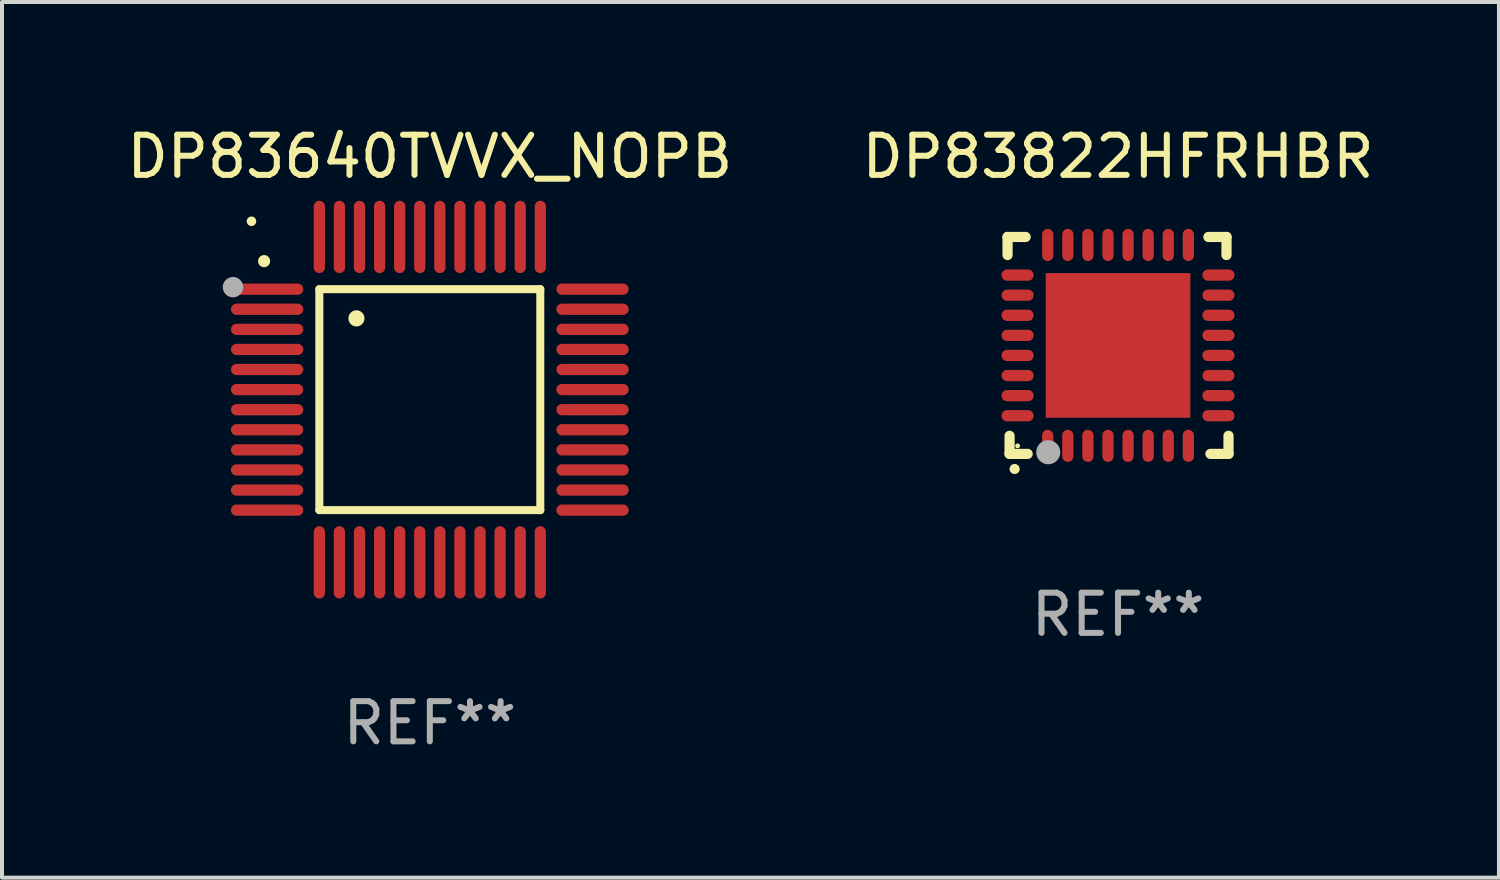
<source format=kicad_pcb>
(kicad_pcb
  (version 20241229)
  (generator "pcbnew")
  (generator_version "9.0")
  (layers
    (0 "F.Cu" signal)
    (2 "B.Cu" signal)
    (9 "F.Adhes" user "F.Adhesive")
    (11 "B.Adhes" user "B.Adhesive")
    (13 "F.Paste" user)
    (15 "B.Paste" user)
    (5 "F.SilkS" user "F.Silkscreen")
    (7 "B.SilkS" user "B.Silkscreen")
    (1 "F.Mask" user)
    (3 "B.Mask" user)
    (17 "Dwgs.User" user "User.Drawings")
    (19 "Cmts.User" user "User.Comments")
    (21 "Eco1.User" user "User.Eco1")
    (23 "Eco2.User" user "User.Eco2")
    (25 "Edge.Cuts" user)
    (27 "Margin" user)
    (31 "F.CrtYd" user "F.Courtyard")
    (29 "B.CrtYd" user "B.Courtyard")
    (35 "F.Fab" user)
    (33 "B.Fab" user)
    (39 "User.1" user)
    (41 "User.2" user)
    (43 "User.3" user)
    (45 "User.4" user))
  (footprint "DP83822HFRHBR"
    (layer "F.Cu")
    (at 24.78 5.548)
    (property "Reference" "DP83822HFRHBR" (at 0 -4.7 0) (layer "F.SilkS") (effects (font (size 1 1) (thickness 0.15))))
    (attr through_hole)
    (fp_line (start -2.75 -2.7) (end -2.75 -2.25) (stroke (width 0.254) (type solid)) (layer "F.SilkS"))
    (fp_line (start -2.7 2.7) (end -2.7 2.25) (stroke (width 0.254) (type solid)) (layer "F.SilkS"))
    (fp_line (start -2.3 -2.7) (end -2.75 -2.7) (stroke (width 0.254) (type solid)) (layer "F.SilkS"))
    (fp_line (start -2.25 2.7) (end -2.7 2.7) (stroke (width 0.254) (type solid)) (layer "F.SilkS"))
    (fp_line (start 2.3 2.7) (end 2.75 2.7) (stroke (width 0.254) (type solid)) (layer "F.SilkS"))
    (fp_line (start 2.7 -2.7) (end 2.25 -2.7) (stroke (width 0.254) (type solid)) (layer "F.SilkS"))
    (fp_line (start 2.7 -2.25) (end 2.7 -2.7) (stroke (width 0.254) (type solid)) (layer "F.SilkS"))
    (fp_line (start 2.75 2.7) (end 2.75 2.25) (stroke (width 0.254) (type solid)) (layer "F.SilkS"))
    (fp_arc (start -2.575565 3.075946) (mid -2.574295 3.07594) (end -2.573025 3.075946) (stroke (width 0.25) (type solid)) (layer "F.SilkS"))
    (fp_circle (center -2.5 2.5) (end -2.47 2.5) (stroke (width 0.06) (type solid)) (fill no) (layer "F.SilkS"))
    (fp_circle (center -1.737 2.659) (end -1.587 2.659) (stroke (width 0.3) (type solid)) (fill no) (layer "F.Fab"))
    (fp_text user "REF**" (at 0 6.7 0) (layer "F.Fab") (effects (font (size 1 1) (thickness 0.15))))
    (pad "1" smd oval (at -1.75 2.5) (size 0.28 0.8) (layers "F.Cu" "F.Mask" "F.Paste"))
    (pad "2" smd oval (at -1.25 2.5) (size 0.28 0.8) (layers "F.Cu" "F.Mask" "F.Paste"))
    (pad "3" smd oval (at -0.75 2.5) (size 0.28 0.8) (layers "F.Cu" "F.Mask" "F.Paste"))
    (pad "4" smd oval (at -0.25 2.5) (size 0.28 0.8) (layers "F.Cu" "F.Mask" "F.Paste"))
    (pad "5" smd oval (at 0.25 2.5) (size 0.28 0.8) (layers "F.Cu" "F.Mask" "F.Paste"))
    (pad "6" smd oval (at 0.75 2.5) (size 0.28 0.8) (layers "F.Cu" "F.Mask" "F.Paste"))
    (pad "7" smd oval (at 1.25 2.5) (size 0.28 0.8) (layers "F.Cu" "F.Mask" "F.Paste"))
    (pad "8" smd oval (at 1.75 2.5) (size 0.28 0.8) (layers "F.Cu" "F.Mask" "F.Paste"))
    (pad "9" smd oval (at 2.5 1.75) (size 0.8 0.28) (layers "F.Cu" "F.Mask" "F.Paste"))
    (pad "10" smd oval (at 2.5 1.25) (size 0.8 0.28) (layers "F.Cu" "F.Mask" "F.Paste"))
    (pad "11" smd oval (at 2.5 0.75) (size 0.8 0.28) (layers "F.Cu" "F.Mask" "F.Paste"))
    (pad "12" smd oval (at 2.5 0.25) (size 0.8 0.28) (layers "F.Cu" "F.Mask" "F.Paste"))
    (pad "13" smd oval (at 2.5 -0.25) (size 0.8 0.28) (layers "F.Cu" "F.Mask" "F.Paste"))
    (pad "14" smd oval (at 2.5 -0.75) (size 0.8 0.28) (layers "F.Cu" "F.Mask" "F.Paste"))
    (pad "15" smd oval (at 2.5 -1.25) (size 0.8 0.28) (layers "F.Cu" "F.Mask" "F.Paste"))
    (pad "16" smd oval (at 2.5 -1.75) (size 0.8 0.28) (layers "F.Cu" "F.Mask" "F.Paste"))
    (pad "17" smd oval (at 1.75 -2.5) (size 0.28 0.8) (layers "F.Cu" "F.Mask" "F.Paste"))
    (pad "18" smd oval (at 1.25 -2.5) (size 0.28 0.8) (layers "F.Cu" "F.Mask" "F.Paste"))
    (pad "19" smd oval (at 0.75 -2.5) (size 0.28 0.8) (layers "F.Cu" "F.Mask" "F.Paste"))
    (pad "20" smd oval (at 0.25 -2.5) (size 0.28 0.8) (layers "F.Cu" "F.Mask" "F.Paste"))
    (pad "21" smd oval (at -0.25 -2.5) (size 0.28 0.8) (layers "F.Cu" "F.Mask" "F.Paste"))
    (pad "22" smd oval (at -0.75 -2.5) (size 0.28 0.8) (layers "F.Cu" "F.Mask" "F.Paste"))
    (pad "23" smd oval (at -1.25 -2.5) (size 0.28 0.8) (layers "F.Cu" "F.Mask" "F.Paste"))
    (pad "24" smd oval (at -1.75 -2.5) (size 0.28 0.8) (layers "F.Cu" "F.Mask" "F.Paste"))
    (pad "25" smd oval (at -2.5 -1.75) (size 0.8 0.28) (layers "F.Cu" "F.Mask" "F.Paste"))
    (pad "26" smd oval (at -2.5 -1.25) (size 0.8 0.28) (layers "F.Cu" "F.Mask" "F.Paste"))
    (pad "27" smd oval (at -2.5 -0.75) (size 0.8 0.28) (layers "F.Cu" "F.Mask" "F.Paste"))
    (pad "28" smd oval (at -2.5 -0.25) (size 0.8 0.28) (layers "F.Cu" "F.Mask" "F.Paste"))
    (pad "29" smd oval (at -2.5 0.25) (size 0.8 0.28) (layers "F.Cu" "F.Mask" "F.Paste"))
    (pad "30" smd oval (at -2.5 0.75) (size 0.8 0.28) (layers "F.Cu" "F.Mask" "F.Paste"))
    (pad "31" smd oval (at -2.5 1.25) (size 0.8 0.28) (layers "F.Cu" "F.Mask" "F.Paste"))
    (pad "32" smd oval (at -2.5 1.75) (size 0.8 0.28) (layers "F.Cu" "F.Mask" "F.Paste"))
    (pad "33" smd rect (at 0.000076 0.000076) (size 3.6 3.6) (layers "F.Cu" "F.Mask" "F.Paste")))
  (footprint "DP83640TVVX_NOPB"
    (layer "F.Cu")
    (at 7.649 6.898)
    (property "Reference" "DP83640TVVX_NOPB" (at 0 -6.05 0) (layer "F.SilkS") (effects (font (size 1 1) (thickness 0.15))))
    (attr through_hole)
    (fp_line (start -2.75 -2.75) (end 2.75 -2.75) (stroke (width 0.2) (type solid)) (layer "F.SilkS"))
    (fp_line (start -2.75 2.75) (end -2.75 -2.75) (stroke (width 0.2) (type solid)) (layer "F.SilkS"))
    (fp_line (start 2.75 -2.75) (end 2.75 2.75) (stroke (width 0.2) (type solid)) (layer "F.SilkS"))
    (fp_line (start 2.75 2.75) (end -2.75 2.75) (stroke (width 0.2) (type solid)) (layer "F.SilkS"))
    (fp_arc (start -4.124968 -3.446787) (mid -4.124973 -3.448057) (end -4.124968 -3.449327) (stroke (width 0.3) (type solid)) (layer "F.SilkS"))
    (fp_arc (start -1.826264 -2.021844) (mid -1.826268 -2.023114) (end -1.826264 -2.024384) (stroke (width 0.4) (type solid)) (layer "F.SilkS"))
    (fp_circle (center -4.44 -4.44) (end -4.38 -4.44) (stroke (width 0.12) (type solid)) (fill no) (layer "F.SilkS"))
    (fp_circle (center -4.9 -2.8) (end -4.773 -2.8) (stroke (width 0.254) (type solid)) (fill no) (layer "F.Fab"))
    (fp_text user "REF**" (at 0 8.05 0) (layer "F.Fab") (effects (font (size 1 1) (thickness 0.15))))
    (pad "1" smd oval (at -4.05 -2.75 90) (size 0.28 1.8) (layers "F.Cu" "F.Mask" "F.Paste"))
    (pad "2" smd oval (at -4.05 -2.25 90) (size 0.28 1.8) (layers "F.Cu" "F.Mask" "F.Paste"))
    (pad "3" smd oval (at -4.05 -1.75 90) (size 0.28 1.8) (layers "F.Cu" "F.Mask" "F.Paste"))
    (pad "4" smd oval (at -4.05 -1.25 90) (size 0.28 1.8) (layers "F.Cu" "F.Mask" "F.Paste"))
    (pad "5" smd oval (at -4.05 -0.75 90) (size 0.28 1.8) (layers "F.Cu" "F.Mask" "F.Paste"))
    (pad "6" smd oval (at -4.05 -0.25 90) (size 0.28 1.8) (layers "F.Cu" "F.Mask" "F.Paste"))
    (pad "7" smd oval (at -4.05 0.25 90) (size 0.28 1.8) (layers "F.Cu" "F.Mask" "F.Paste"))
    (pad "8" smd oval (at -4.05 0.75 90) (size 0.28 1.8) (layers "F.Cu" "F.Mask" "F.Paste"))
    (pad "9" smd oval (at -4.05 1.25 90) (size 0.28 1.8) (layers "F.Cu" "F.Mask" "F.Paste"))
    (pad "10" smd oval (at -4.05 1.75 90) (size 0.28 1.8) (layers "F.Cu" "F.Mask" "F.Paste"))
    (pad "11" smd oval (at -4.05 2.25 90) (size 0.28 1.8) (layers "F.Cu" "F.Mask" "F.Paste"))
    (pad "12" smd oval (at -4.05 2.75 90) (size 0.28 1.8) (layers "F.Cu" "F.Mask" "F.Paste"))
    (pad "13" smd oval (at -2.75 4.05) (size 0.28 1.8) (layers "F.Cu" "F.Mask" "F.Paste"))
    (pad "14" smd oval (at -2.25 4.05) (size 0.28 1.8) (layers "F.Cu" "F.Mask" "F.Paste"))
    (pad "15" smd oval (at -1.75 4.05) (size 0.28 1.8) (layers "F.Cu" "F.Mask" "F.Paste"))
    (pad "16" smd oval (at -1.25 4.05) (size 0.28 1.8) (layers "F.Cu" "F.Mask" "F.Paste"))
    (pad "17" smd oval (at -0.75 4.05) (size 0.28 1.8) (layers "F.Cu" "F.Mask" "F.Paste"))
    (pad "18" smd oval (at -0.25 4.05) (size 0.28 1.8) (layers "F.Cu" "F.Mask" "F.Paste"))
    (pad "19" smd oval (at 0.25 4.05) (size 0.28 1.8) (layers "F.Cu" "F.Mask" "F.Paste"))
    (pad "20" smd oval (at 0.75 4.05) (size 0.28 1.8) (layers "F.Cu" "F.Mask" "F.Paste"))
    (pad "21" smd oval (at 1.25 4.05) (size 0.28 1.8) (layers "F.Cu" "F.Mask" "F.Paste"))
    (pad "22" smd oval (at 1.75 4.05) (size 0.28 1.8) (layers "F.Cu" "F.Mask" "F.Paste"))
    (pad "23" smd oval (at 2.25 4.05) (size 0.28 1.8) (layers "F.Cu" "F.Mask" "F.Paste"))
    (pad "24" smd oval (at 2.75 4.05) (size 0.28 1.8) (layers "F.Cu" "F.Mask" "F.Paste"))
    (pad "25" smd oval (at 4.05 2.75 90) (size 0.28 1.8) (layers "F.Cu" "F.Mask" "F.Paste"))
    (pad "26" smd oval (at 4.05 2.25 90) (size 0.28 1.8) (layers "F.Cu" "F.Mask" "F.Paste"))
    (pad "27" smd oval (at 4.05 1.75 90) (size 0.28 1.8) (layers "F.Cu" "F.Mask" "F.Paste"))
    (pad "28" smd oval (at 4.05 1.25 90) (size 0.28 1.8) (layers "F.Cu" "F.Mask" "F.Paste"))
    (pad "29" smd oval (at 4.05 0.75 90) (size 0.28 1.8) (layers "F.Cu" "F.Mask" "F.Paste"))
    (pad "30" smd oval (at 4.05 0.25 90) (size 0.28 1.8) (layers "F.Cu" "F.Mask" "F.Paste"))
    (pad "31" smd oval (at 4.05 -0.25 90) (size 0.28 1.8) (layers "F.Cu" "F.Mask" "F.Paste"))
    (pad "32" smd oval (at 4.05 -0.75 90) (size 0.28 1.8) (layers "F.Cu" "F.Mask" "F.Paste"))
    (pad "33" smd oval (at 4.05 -1.25 90) (size 0.28 1.8) (layers "F.Cu" "F.Mask" "F.Paste"))
    (pad "34" smd oval (at 4.05 -1.75 90) (size 0.28 1.8) (layers "F.Cu" "F.Mask" "F.Paste"))
    (pad "35" smd oval (at 4.05 -2.25 90) (size 0.28 1.8) (layers "F.Cu" "F.Mask" "F.Paste"))
    (pad "36" smd oval (at 4.05 -2.75 90) (size 0.28 1.8) (layers "F.Cu" "F.Mask" "F.Paste"))
    (pad "37" smd oval (at 2.75 -4.05) (size 0.28 1.8) (layers "F.Cu" "F.Mask" "F.Paste"))
    (pad "38" smd oval (at 2.25 -4.05) (size 0.28 1.8) (layers "F.Cu" "F.Mask" "F.Paste"))
    (pad "39" smd oval (at 1.75 -4.05) (size 0.28 1.8) (layers "F.Cu" "F.Mask" "F.Paste"))
    (pad "40" smd oval (at 1.25 -4.05) (size 0.28 1.8) (layers "F.Cu" "F.Mask" "F.Paste"))
    (pad "41" smd oval (at 0.75 -4.05) (size 0.28 1.8) (layers "F.Cu" "F.Mask" "F.Paste"))
    (pad "42" smd oval (at 0.25 -4.05) (size 0.28 1.8) (layers "F.Cu" "F.Mask" "F.Paste"))
    (pad "43" smd oval (at -0.25 -4.05) (size 0.28 1.8) (layers "F.Cu" "F.Mask" "F.Paste"))
    (pad "44" smd oval (at -0.75 -4.05) (size 0.28 1.8) (layers "F.Cu" "F.Mask" "F.Paste"))
    (pad "45" smd oval (at -1.25 -4.05) (size 0.28 1.8) (layers "F.Cu" "F.Mask" "F.Paste"))
    (pad "46" smd oval (at -1.75 -4.05) (size 0.28 1.8) (layers "F.Cu" "F.Mask" "F.Paste"))
    (pad "47" smd oval (at -2.25 -4.05) (size 0.28 1.8) (layers "F.Cu" "F.Mask" "F.Paste"))
    (pad "48" smd oval (at -2.75 -4.05) (size 0.28 1.8) (layers "F.Cu" "F.Mask" "F.Paste")))
  (gr_rect
    (start -3 -3)
    (end 34.262 18.797)
    (stroke (width 0.1) (type default))
    (fill no)
    (layer "Edge.Cuts")))
</source>
